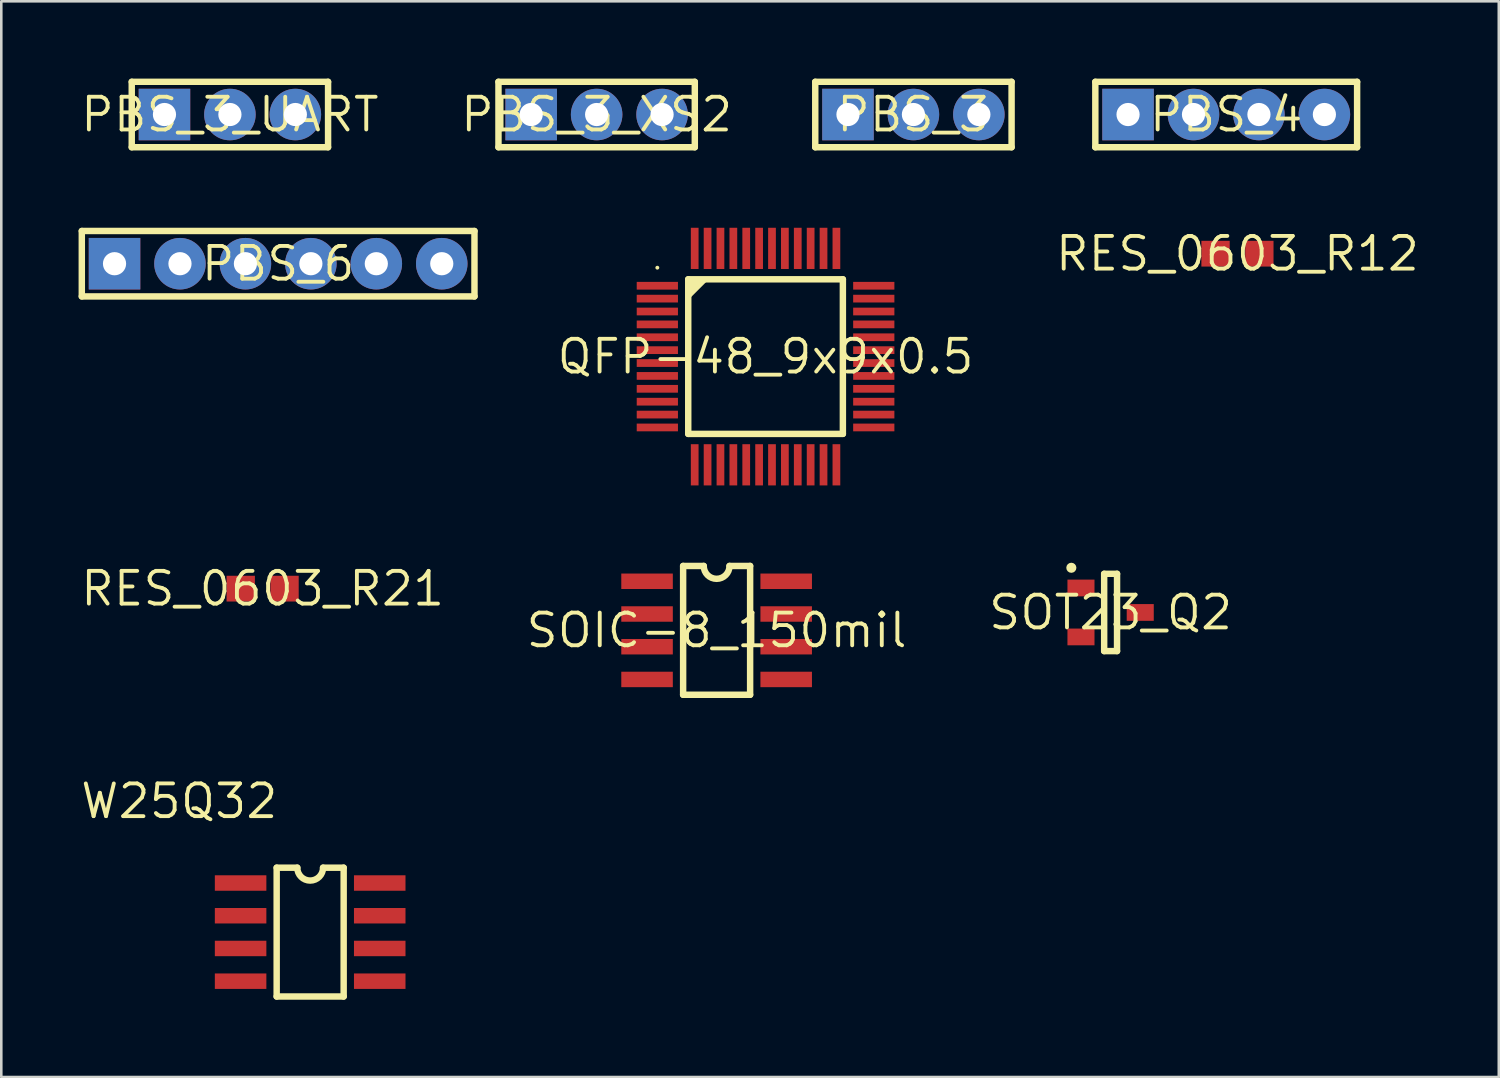
<source format=kicad_pcb>
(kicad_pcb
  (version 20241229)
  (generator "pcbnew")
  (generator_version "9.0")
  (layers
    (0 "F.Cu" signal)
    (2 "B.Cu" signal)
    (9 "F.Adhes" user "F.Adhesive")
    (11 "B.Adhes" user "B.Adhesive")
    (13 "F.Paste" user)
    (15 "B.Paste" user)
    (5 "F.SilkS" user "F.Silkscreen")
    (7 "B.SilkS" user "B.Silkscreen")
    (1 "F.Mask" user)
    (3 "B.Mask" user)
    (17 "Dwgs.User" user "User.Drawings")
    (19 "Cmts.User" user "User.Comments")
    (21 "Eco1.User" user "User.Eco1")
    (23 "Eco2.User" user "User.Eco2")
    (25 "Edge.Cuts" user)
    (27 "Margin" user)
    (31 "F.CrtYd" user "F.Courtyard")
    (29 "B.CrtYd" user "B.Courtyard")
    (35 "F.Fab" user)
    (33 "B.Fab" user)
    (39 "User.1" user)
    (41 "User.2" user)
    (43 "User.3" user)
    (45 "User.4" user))
  (footprint "RES_0603_R12"
    (layer "F.Cu")
    (at 44.977 6.796)
    (property "Reference" "RES_0603_R12" (at 0 0 0) (layer "F.SilkS") (effects (font (size 1.27 1.27) (thickness 0.15))))
    (attr through_hole)
    (pad "1" smd rect (at -0.85 0 90) (size 1 1.1) (layers "F.Cu" "F.Mask" "F.Paste"))
    (pad "2" smd rect (at 0.85 0 90) (size 1 1.1) (layers "F.Cu" "F.Mask" "F.Paste")))
  (footprint "PBS_3"
    (layer "F.Cu")
    (at 32.401 1.395)
    (property "Reference" "PBS_3" (at 0 0 0) (layer "F.SilkS") (effects (font (size 1.27 1.27) (thickness 0.15))))
    (attr through_hole)
    (fp_line (start -3.81 -1.27) (end 3.81 -1.27) (stroke (width 0.25) (type solid)) (layer "F.SilkS"))
    (fp_line (start -3.81 1.27) (end -3.81 -1.27) (stroke (width 0.25) (type solid)) (layer "F.SilkS"))
    (fp_line (start -3.81 1.27) (end 3.81 1.27) (stroke (width 0.25) (type solid)) (layer "F.SilkS"))
    (fp_line (start 3.81 1.27) (end 3.81 -1.27) (stroke (width 0.25) (type solid)) (layer "F.SilkS"))
    (pad "1" thru_hole rect (at -2.54 0) (size 2 2) (drill 0.9) (layers "*.Cu" "*.Mask"))
    (pad "2" thru_hole circle (at 0 0) (size 2 2) (drill 0.9) (layers "*.Cu" "*.Mask"))
    (pad "3" thru_hole circle (at 2.54 0) (size 2 2) (drill 0.9) (layers "*.Cu" "*.Mask")))
  (footprint "SOIC-8_150mil"
    (layer "F.Cu")
    (at 24.763 21.415)
    (property "Reference" "SOIC-8_150mil" (at 0 0 0) (layer "F.SilkS") (effects (font (size 1.27 1.27) (thickness 0.15))))
    (attr through_hole)
    (fp_line (start -1.3 -2.5) (end -1.3 2.5) (stroke (width 0.25) (type solid)) (layer "F.SilkS"))
    (fp_line (start -1.3 2.5) (end 1.3 2.5) (stroke (width 0.25) (type solid)) (layer "F.SilkS"))
    (fp_line (start -0.5 -2.5) (end -1.3 -2.5) (stroke (width 0.25) (type solid)) (layer "F.SilkS"))
    (fp_line (start 0.5 -2.5) (end 1.3 -2.5) (stroke (width 0.25) (type solid)) (layer "F.SilkS"))
    (fp_line (start 1.3 -2.5) (end 1.3 2.5) (stroke (width 0.25) (type solid)) (layer "F.SilkS"))
    (fp_arc (start 0.5 -2.499998) (mid -0.000001 -2.000229) (end -0.5 -2.5) (stroke (width 0.25) (type solid)) (layer "F.SilkS"))
    (pad "1" smd rect (at -2.7 -1.905 90) (size 0.6 2) (layers "F.Cu" "F.Mask" "F.Paste"))
    (pad "2" smd rect (at -2.7 -0.635 90) (size 0.6 2) (layers "F.Cu" "F.Mask" "F.Paste"))
    (pad "3" smd rect (at -2.7 0.635 90) (size 0.6 2) (layers "F.Cu" "F.Mask" "F.Paste"))
    (pad "4" smd rect (at -2.7 1.905 90) (size 0.6 2) (layers "F.Cu" "F.Mask" "F.Paste"))
    (pad "5" smd rect (at 2.7 1.905 90) (size 0.6 2) (layers "F.Cu" "F.Mask" "F.Paste"))
    (pad "6" smd rect (at 2.7 0.635 90) (size 0.6 2) (layers "F.Cu" "F.Mask" "F.Paste"))
    (pad "7" smd rect (at 2.7 -0.635 90) (size 0.6 2) (layers "F.Cu" "F.Mask" "F.Paste"))
    (pad "8" smd rect (at 2.7 -1.905 90) (size 0.6 2) (layers "F.Cu" "F.Mask" "F.Paste")))
  (footprint "QFP-48_9x9x0.5"
    (layer "F.Cu")
    (at 26.662 10.79)
    (property "Reference" "QFP-48_9x9x0.5" (at 0 0 0) (layer "F.SilkS") (effects (font (size 1.27 1.27) (thickness 0.15))))
    (attr through_hole)
    (fp_line (start -3.001 -3) (end 3.001 -3) (stroke (width 0.25) (type solid)) (layer "F.SilkS"))
    (fp_line (start -3.001 3) (end -3.001 -3) (stroke (width 0.25) (type solid)) (layer "F.SilkS"))
    (fp_line (start 3.001 -3) (end 3.001 3) (stroke (width 0.25) (type solid)) (layer "F.SilkS"))
    (fp_line (start 3.001 3) (end -3.001 3) (stroke (width 0.25) (type solid)) (layer "F.SilkS"))
    (fp_poly (pts (xy -3.001 -3) (xy -3.001 -2.2) (xy -2.2 -3)) (stroke (width 0) (type solid)) (fill yes) (layer "F.SilkS"))
    (fp_poly (pts (xy -4.125 -3.451) (xy -4.129 -3.474) (xy -4.139 -3.494) (xy -4.156 -3.511) (xy -4.177 -3.521) (xy -4.201 -3.525) (xy -4.224 -3.521) (xy -4.245 -3.511) (xy -4.262 -3.494) (xy -4.272 -3.474) (xy -4.276 -3.451) (xy -4.272 -3.427) (xy -4.262 -3.407) (xy -4.245 -3.39) (xy -4.224 -3.38) (xy -4.201 -3.376) (xy -4.177 -3.38) (xy -4.156 -3.39) (xy -4.139 -3.407) (xy -4.129 -3.427)) (stroke (width 0) (type solid)) (fill yes) (layer "F.SilkS"))
    (pad "1" smd rect (at -4.2 -2.75 90) (size 0.3 1.6) (layers "F.Cu" "F.Mask" "F.Paste"))
    (pad "2" smd rect (at -4.2 -2.25 90) (size 0.3 1.6) (layers "F.Cu" "F.Mask" "F.Paste"))
    (pad "3" smd rect (at -4.2 -1.75 90) (size 0.3 1.6) (layers "F.Cu" "F.Mask" "F.Paste"))
    (pad "4" smd rect (at -4.2 -1.25 90) (size 0.3 1.6) (layers "F.Cu" "F.Mask" "F.Paste"))
    (pad "5" smd rect (at -4.2 -0.75 90) (size 0.3 1.6) (layers "F.Cu" "F.Mask" "F.Paste"))
    (pad "6" smd rect (at -4.2 -0.25 90) (size 0.3 1.6) (layers "F.Cu" "F.Mask" "F.Paste"))
    (pad "7" smd rect (at -4.2 0.25 90) (size 0.3 1.6) (layers "F.Cu" "F.Mask" "F.Paste"))
    (pad "8" smd rect (at -4.2 0.75 90) (size 0.3 1.6) (layers "F.Cu" "F.Mask" "F.Paste"))
    (pad "9" smd rect (at -4.2 1.25 90) (size 0.3 1.6) (layers "F.Cu" "F.Mask" "F.Paste"))
    (pad "10" smd rect (at -4.2 1.75 90) (size 0.3 1.6) (layers "F.Cu" "F.Mask" "F.Paste"))
    (pad "11" smd rect (at -4.2 2.25 90) (size 0.3 1.6) (layers "F.Cu" "F.Mask" "F.Paste"))
    (pad "12" smd rect (at -4.2 2.75 90) (size 0.3 1.6) (layers "F.Cu" "F.Mask" "F.Paste"))
    (pad "13" smd rect (at -2.75 4.2) (size 0.3 1.6) (layers "F.Cu" "F.Mask" "F.Paste"))
    (pad "14" smd rect (at -2.25 4.2) (size 0.3 1.6) (layers "F.Cu" "F.Mask" "F.Paste"))
    (pad "15" smd rect (at -1.75 4.2) (size 0.3 1.6) (layers "F.Cu" "F.Mask" "F.Paste"))
    (pad "16" smd rect (at -1.25 4.2) (size 0.3 1.6) (layers "F.Cu" "F.Mask" "F.Paste"))
    (pad "17" smd rect (at -0.75 4.2) (size 0.3 1.6) (layers "F.Cu" "F.Mask" "F.Paste"))
    (pad "18" smd rect (at -0.25 4.2) (size 0.3 1.6) (layers "F.Cu" "F.Mask" "F.Paste"))
    (pad "19" smd rect (at 0.25 4.2) (size 0.3 1.6) (layers "F.Cu" "F.Mask" "F.Paste"))
    (pad "20" smd rect (at 0.75 4.2) (size 0.3 1.6) (layers "F.Cu" "F.Mask" "F.Paste"))
    (pad "21" smd rect (at 1.25 4.2) (size 0.3 1.6) (layers "F.Cu" "F.Mask" "F.Paste"))
    (pad "22" smd rect (at 1.75 4.2) (size 0.3 1.6) (layers "F.Cu" "F.Mask" "F.Paste"))
    (pad "23" smd rect (at 2.25 4.2) (size 0.3 1.6) (layers "F.Cu" "F.Mask" "F.Paste"))
    (pad "24" smd rect (at 2.75 4.2) (size 0.3 1.6) (layers "F.Cu" "F.Mask" "F.Paste"))
    (pad "25" smd rect (at 4.2 2.75 90) (size 0.3 1.6) (layers "F.Cu" "F.Mask" "F.Paste"))
    (pad "26" smd rect (at 4.2 2.25 90) (size 0.3 1.6) (layers "F.Cu" "F.Mask" "F.Paste"))
    (pad "27" smd rect (at 4.2 1.75 90) (size 0.3 1.6) (layers "F.Cu" "F.Mask" "F.Paste"))
    (pad "28" smd rect (at 4.2 1.25 90) (size 0.3 1.6) (layers "F.Cu" "F.Mask" "F.Paste"))
    (pad "29" smd rect (at 4.2 0.75 90) (size 0.3 1.6) (layers "F.Cu" "F.Mask" "F.Paste"))
    (pad "30" smd rect (at 4.2 0.25 90) (size 0.3 1.6) (layers "F.Cu" "F.Mask" "F.Paste"))
    (pad "31" smd rect (at 4.2 -0.25 90) (size 0.3 1.6) (layers "F.Cu" "F.Mask" "F.Paste"))
    (pad "32" smd rect (at 4.2 -0.75 90) (size 0.3 1.6) (layers "F.Cu" "F.Mask" "F.Paste"))
    (pad "33" smd rect (at 4.2 -1.25 90) (size 0.3 1.6) (layers "F.Cu" "F.Mask" "F.Paste"))
    (pad "34" smd rect (at 4.2 -1.75 90) (size 0.3 1.6) (layers "F.Cu" "F.Mask" "F.Paste"))
    (pad "35" smd rect (at 4.2 -2.25 90) (size 0.3 1.6) (layers "F.Cu" "F.Mask" "F.Paste"))
    (pad "36" smd rect (at 4.2 -2.75 90) (size 0.3 1.6) (layers "F.Cu" "F.Mask" "F.Paste"))
    (pad "37" smd rect (at 2.75 -4.2) (size 0.3 1.6) (layers "F.Cu" "F.Mask" "F.Paste"))
    (pad "38" smd rect (at 2.25 -4.2) (size 0.3 1.6) (layers "F.Cu" "F.Mask" "F.Paste"))
    (pad "39" smd rect (at 1.75 -4.2) (size 0.3 1.6) (layers "F.Cu" "F.Mask" "F.Paste"))
    (pad "40" smd rect (at 1.25 -4.2) (size 0.3 1.6) (layers "F.Cu" "F.Mask" "F.Paste"))
    (pad "41" smd rect (at 0.75 -4.2) (size 0.3 1.6) (layers "F.Cu" "F.Mask" "F.Paste"))
    (pad "42" smd rect (at 0.25 -4.2) (size 0.3 1.6) (layers "F.Cu" "F.Mask" "F.Paste"))
    (pad "43" smd rect (at -0.25 -4.2) (size 0.3 1.6) (layers "F.Cu" "F.Mask" "F.Paste"))
    (pad "44" smd rect (at -0.75 -4.2) (size 0.3 1.6) (layers "F.Cu" "F.Mask" "F.Paste"))
    (pad "45" smd rect (at -1.25 -4.2) (size 0.3 1.6) (layers "F.Cu" "F.Mask" "F.Paste"))
    (pad "46" smd rect (at -1.75 -4.2) (size 0.3 1.6) (layers "F.Cu" "F.Mask" "F.Paste"))
    (pad "47" smd rect (at -2.25 -4.2) (size 0.3 1.6) (layers "F.Cu" "F.Mask" "F.Paste"))
    (pad "48" smd rect (at -2.75 -4.2) (size 0.3 1.6) (layers "F.Cu" "F.Mask" "F.Paste")))
  (footprint "PBS_3_UART"
    (layer "F.Cu")
    (at 5.873 1.395)
    (property "Reference" "PBS_3_UART" (at 0 0 0) (layer "F.SilkS") (effects (font (size 1.27 1.27) (thickness 0.15))))
    (attr through_hole)
    (fp_line (start -3.81 -1.27) (end 3.81 -1.27) (stroke (width 0.25) (type solid)) (layer "F.SilkS"))
    (fp_line (start -3.81 1.27) (end -3.81 -1.27) (stroke (width 0.25) (type solid)) (layer "F.SilkS"))
    (fp_line (start -3.81 1.27) (end 3.81 1.27) (stroke (width 0.25) (type solid)) (layer "F.SilkS"))
    (fp_line (start 3.81 1.27) (end 3.81 -1.27) (stroke (width 0.25) (type solid)) (layer "F.SilkS"))
    (pad "1" thru_hole rect (at -2.54 0) (size 2 2) (drill 0.9) (layers "*.Cu" "*.Mask"))
    (pad "2" thru_hole circle (at 0 0) (size 2 2) (drill 0.9) (layers "*.Cu" "*.Mask"))
    (pad "3" thru_hole circle (at 2.54 0) (size 2 2) (drill 0.9) (layers "*.Cu" "*.Mask")))
  (footprint "PBS_4"
    (layer "F.Cu")
    (at 44.541 1.395)
    (property "Reference" "PBS_4" (at 0 0 0) (layer "F.SilkS") (effects (font (size 1.27 1.27) (thickness 0.15))))
    (attr through_hole)
    (fp_line (start -5.08 -1.27) (end 5.08 -1.27) (stroke (width 0.25) (type solid)) (layer "F.SilkS"))
    (fp_line (start -5.08 1.27) (end -5.08 -1.27) (stroke (width 0.25) (type solid)) (layer "F.SilkS"))
    (fp_line (start -5.08 1.27) (end 5.08 1.27) (stroke (width 0.25) (type solid)) (layer "F.SilkS"))
    (fp_line (start 5.08 1.27) (end 5.08 -1.27) (stroke (width 0.25) (type solid)) (layer "F.SilkS"))
    (pad "1" thru_hole rect (at -3.81 0) (size 2 2) (drill 0.9) (layers "*.Cu" "*.Mask"))
    (pad "2" thru_hole circle (at -1.27 0) (size 2 2) (drill 0.9) (layers "*.Cu" "*.Mask"))
    (pad "3" thru_hole circle (at 1.27 0) (size 2 2) (drill 0.9) (layers "*.Cu" "*.Mask"))
    (pad "4" thru_hole circle (at 3.81 0) (size 2 2) (drill 0.9) (layers "*.Cu" "*.Mask")))
  (footprint "W25Q32"
    (layer "F.Cu")
    (at 3.908 28.046)
    (property "Reference" "W25Q32" (at 0 0 0) (layer "F.SilkS") (effects (font (size 1.27 1.27) (thickness 0.15))))
    (attr through_hole)
    (fp_line (start 3.78 2.58) (end 3.78 7.58) (stroke (width 0.25) (type solid)) (layer "F.SilkS"))
    (fp_line (start 3.78 7.58) (end 6.38 7.58) (stroke (width 0.25) (type solid)) (layer "F.SilkS"))
    (fp_line (start 4.58 2.58) (end 3.78 2.58) (stroke (width 0.25) (type solid)) (layer "F.SilkS"))
    (fp_line (start 5.58 2.58) (end 6.38 2.58) (stroke (width 0.25) (type solid)) (layer "F.SilkS"))
    (fp_line (start 6.38 2.58) (end 6.38 7.58) (stroke (width 0.25) (type solid)) (layer "F.SilkS"))
    (fp_arc (start 5.58 2.58) (mid 5.08 3.07977) (end 4.58 2.58) (stroke (width 0.25) (type solid)) (layer "F.SilkS"))
    (pad "1" smd rect (at 2.38 3.175 90) (size 0.6 2) (layers "F.Cu" "F.Mask" "F.Paste"))
    (pad "2" smd rect (at 2.38 4.445 90) (size 0.6 2) (layers "F.Cu" "F.Mask" "F.Paste"))
    (pad "3" smd rect (at 2.38 5.715 90) (size 0.6 2) (layers "F.Cu" "F.Mask" "F.Paste"))
    (pad "4" smd rect (at 2.38 6.985 90) (size 0.6 2) (layers "F.Cu" "F.Mask" "F.Paste"))
    (pad "5" smd rect (at 7.78 6.985 90) (size 0.6 2) (layers "F.Cu" "F.Mask" "F.Paste"))
    (pad "6" smd rect (at 7.78 5.715 90) (size 0.6 2) (layers "F.Cu" "F.Mask" "F.Paste"))
    (pad "7" smd rect (at 7.78 4.445 90) (size 0.6 2) (layers "F.Cu" "F.Mask" "F.Paste"))
    (pad "8" smd rect (at 7.78 3.175 90) (size 0.6 2) (layers "F.Cu" "F.Mask" "F.Paste")))
  (footprint "PBS_3_XS2"
    (layer "F.Cu")
    (at 20.106 1.395)
    (property "Reference" "PBS_3_XS2" (at 0 0 0) (layer "F.SilkS") (effects (font (size 1.27 1.27) (thickness 0.15))))
    (attr through_hole)
    (fp_line (start -3.81 -1.27) (end 3.81 -1.27) (stroke (width 0.25) (type solid)) (layer "F.SilkS"))
    (fp_line (start -3.81 1.27) (end -3.81 -1.27) (stroke (width 0.25) (type solid)) (layer "F.SilkS"))
    (fp_line (start -3.81 1.27) (end 3.81 1.27) (stroke (width 0.25) (type solid)) (layer "F.SilkS"))
    (fp_line (start 3.81 1.27) (end 3.81 -1.27) (stroke (width 0.25) (type solid)) (layer "F.SilkS"))
    (pad "1" thru_hole rect (at -2.54 0) (size 2 2) (drill 0.9) (layers "*.Cu" "*.Mask"))
    (pad "2" thru_hole circle (at 0 0) (size 2 2) (drill 0.9) (layers "*.Cu" "*.Mask"))
    (pad "3" thru_hole circle (at 2.54 0) (size 2 2) (drill 0.9) (layers "*.Cu" "*.Mask")))
  (footprint "RES_0603_R21"
    (layer "F.Cu")
    (at 7.143 19.796)
    (property "Reference" "RES_0603_R21" (at 0 0 0) (layer "F.SilkS") (effects (font (size 1.27 1.27) (thickness 0.15))))
    (attr through_hole)
    (pad "1" smd rect (at -0.85 0 90) (size 1 1.1) (layers "F.Cu" "F.Mask" "F.Paste"))
    (pad "2" smd rect (at 0.85 0 90) (size 1 1.1) (layers "F.Cu" "F.Mask" "F.Paste")))
  (footprint "SOT23_Q2"
    (layer "F.Cu")
    (at 40.054 20.72)
    (property "Reference" "SOT23_Q2" (at 0 0 0) (layer "F.SilkS") (effects (font (size 1.27 1.27) (thickness 0.15))))
    (attr through_hole)
    (fp_line (start -0.25 -1.5) (end -0.25 1.5) (stroke (width 0.25) (type solid)) (layer "F.SilkS"))
    (fp_line (start -0.25 1.5) (end 0.25 1.5) (stroke (width 0.25) (type solid)) (layer "F.SilkS"))
    (fp_line (start 0.25 -1.5) (end -0.25 -1.5) (stroke (width 0.25) (type solid)) (layer "F.SilkS"))
    (fp_line (start 0.25 1.5) (end 0.25 -1.5) (stroke (width 0.25) (type solid)) (layer "F.SilkS"))
    (fp_circle (center -1.524 -1.734) (end -1.426 -1.734) (stroke (width 0.196) (type solid)) (fill no) (layer "F.SilkS"))
    (pad "1" smd rect (at -1.15 -0.95 90) (size 0.65 1.05) (layers "F.Cu" "F.Mask" "F.Paste"))
    (pad "2" smd rect (at -1.15 0.95 90) (size 0.65 1.05) (layers "F.Cu" "F.Mask" "F.Paste"))
    (pad "3" smd rect (at 1.15 0 90) (size 0.65 1.05) (layers "F.Cu" "F.Mask" "F.Paste")))
  (footprint "PBS_6"
    (layer "F.Cu")
    (at 7.745 7.185)
    (property "Reference" "PBS_6" (at 0 0 0) (layer "F.SilkS") (effects (font (size 1.27 1.27) (thickness 0.15))))
    (attr through_hole)
    (fp_line (start -7.62 -1.27) (end 7.62 -1.27) (stroke (width 0.25) (type solid)) (layer "F.SilkS"))
    (fp_line (start -7.62 1.27) (end -7.62 -1.27) (stroke (width 0.25) (type solid)) (layer "F.SilkS"))
    (fp_line (start -7.62 1.27) (end 7.62 1.27) (stroke (width 0.25) (type solid)) (layer "F.SilkS"))
    (fp_line (start 7.62 1.27) (end 7.62 -1.27) (stroke (width 0.25) (type solid)) (layer "F.SilkS"))
    (pad "1" thru_hole rect (at -6.35 0) (size 2 2) (drill 0.9) (layers "*.Cu" "*.Mask"))
    (pad "2" thru_hole circle (at -3.81 0) (size 2 2) (drill 0.9) (layers "*.Cu" "*.Mask"))
    (pad "3" thru_hole circle (at -1.27 0) (size 2 2) (drill 0.9) (layers "*.Cu" "*.Mask"))
    (pad "4" thru_hole circle (at 1.27 0) (size 2 2) (drill 0.9) (layers "*.Cu" "*.Mask"))
    (pad "5" thru_hole circle (at 3.81 0) (size 2 2) (drill 0.9) (layers "*.Cu" "*.Mask"))
    (pad "6" thru_hole circle (at 6.35 0) (size 2 2) (drill 0.9) (layers "*.Cu" "*.Mask")))
  (gr_rect
    (start -3 -3)
    (end 55.12 38.751)
    (stroke (width 0.1) (type default))
    (fill no)
    (layer "Edge.Cuts")))
</source>
